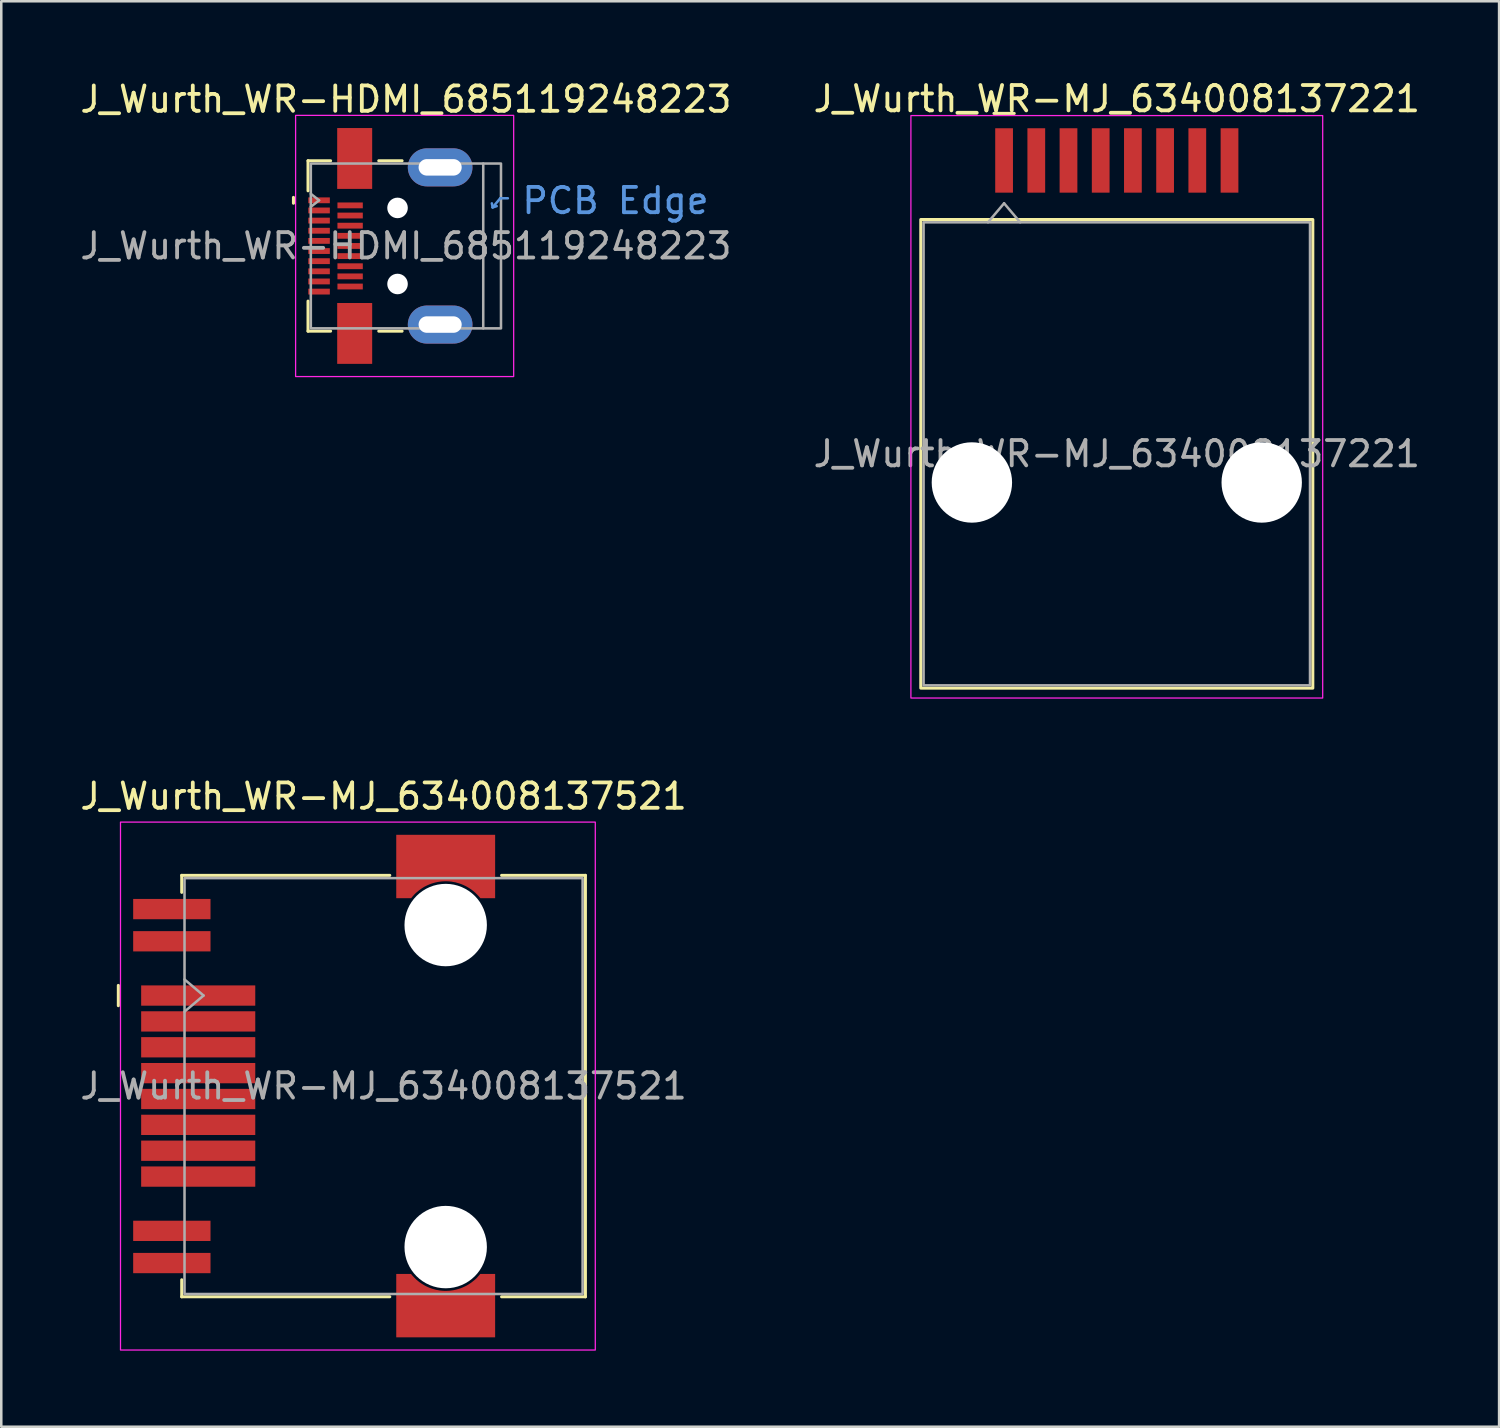
<source format=kicad_pcb>
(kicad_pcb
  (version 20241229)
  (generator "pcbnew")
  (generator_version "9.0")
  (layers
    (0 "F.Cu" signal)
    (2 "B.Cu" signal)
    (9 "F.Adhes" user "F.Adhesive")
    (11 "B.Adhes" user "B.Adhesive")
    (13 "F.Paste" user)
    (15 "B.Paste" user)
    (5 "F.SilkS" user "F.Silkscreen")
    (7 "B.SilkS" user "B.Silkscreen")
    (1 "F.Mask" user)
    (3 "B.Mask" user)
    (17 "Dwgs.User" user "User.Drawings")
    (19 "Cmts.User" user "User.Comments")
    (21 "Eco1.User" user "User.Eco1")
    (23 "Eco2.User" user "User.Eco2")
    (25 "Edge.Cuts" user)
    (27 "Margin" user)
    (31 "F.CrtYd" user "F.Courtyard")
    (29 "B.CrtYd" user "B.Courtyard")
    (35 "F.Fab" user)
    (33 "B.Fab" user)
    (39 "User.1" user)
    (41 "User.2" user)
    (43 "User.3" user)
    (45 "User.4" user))
  (footprint "J_Wurth_WR-MJ_634008137521"
    (layer "F.Cu")
    (at 12.077 39.782)
    (property "Reference" "J_Wurth_WR-MJ_634008137521" (at 0 -11.43 0) (unlocked yes) (layer "F.SilkS") (effects (font (size 1 1) (thickness 0.15))))
    (attr smd)
    (fp_line (start -10.46 -3.97) (end -10.46 -3.17) (stroke (width 0.12) (type solid)) (layer "F.SilkS"))
    (fp_line (start -7.96 -7.64) (end -7.96 -8.31) (stroke (width 0.12) (type solid)) (layer "F.SilkS"))
    (fp_line (start -7.96 7.64) (end -7.96 8.31) (stroke (width 0.12) (type solid)) (layer "F.SilkS"))
    (fp_line (start 0.245 -8.31) (end -7.96 -8.31) (stroke (width 0.12) (type solid)) (layer "F.SilkS"))
    (fp_line (start 0.245 8.31) (end -7.96 8.31) (stroke (width 0.12) (type solid)) (layer "F.SilkS"))
    (fp_line (start 4.655 -8.31) (end 7.96 -8.31) (stroke (width 0.12) (type solid)) (layer "F.SilkS"))
    (fp_line (start 4.655 8.31) (end 7.96 8.31) (stroke (width 0.12) (type solid)) (layer "F.SilkS"))
    (fp_line (start 7.96 8.31) (end 7.96 -8.31) (stroke (width 0.12) (type solid)) (layer "F.SilkS"))
    (fp_rect (start -10.375 -10.41) (end 8.35 10.41) (stroke (width 0.05) (type solid)) (fill no) (layer "F.CrtYd"))
    (fp_line (start -7.1 -3.57) (end -7.85 -4.205) (stroke (width 0.1) (type solid)) (layer "F.Fab"))
    (fp_line (start -7.1 -3.57) (end -7.85 -2.935) (stroke (width 0.1) (type solid)) (layer "F.Fab"))
    (fp_rect (start -7.85 -8.2) (end 7.85 8.2) (stroke (width 0.1) (type solid)) (fill no) (layer "F.Fab"))
    (fp_text user "${REFERENCE}" (at 0 0 0) (unlocked yes) (layer "F.Fab") (effects (font (size 1 1) (thickness 0.15))))
    (pad "" np_thru_hole circle (at 2.45 -6.35 90) (size 3.25 3.25) (drill 3.25) (layers "*.Cu" "*.Mask"))
    (pad "" np_thru_hole circle (at 2.45 6.35 90) (size 3.25 3.25) (drill 3.25) (layers "*.Cu" "*.Mask"))
    (pad "1" smd rect (at -7.31 -3.57 90) (size 0.8 4.5) (layers "F.Cu" "F.Mask" "F.Paste"))
    (pad "2" smd rect (at -7.31 -2.55 90) (size 0.8 4.5) (layers "F.Cu" "F.Mask" "F.Paste"))
    (pad "3" smd rect (at -7.31 -1.53 90) (size 0.8 4.5) (layers "F.Cu" "F.Mask" "F.Paste"))
    (pad "4" smd rect (at -7.31 -0.51 90) (size 0.8 4.5) (layers "F.Cu" "F.Mask" "F.Paste"))
    (pad "5" smd rect (at -7.31 0.51 90) (size 0.8 4.5) (layers "F.Cu" "F.Mask" "F.Paste"))
    (pad "6" smd rect (at -7.31 1.53 90) (size 0.8 4.5) (layers "F.Cu" "F.Mask" "F.Paste"))
    (pad "7" smd rect (at -7.31 2.55 90) (size 0.8 4.5) (layers "F.Cu" "F.Mask" "F.Paste"))
    (pad "8" smd rect (at -7.31 3.57 90) (size 0.8 4.5) (layers "F.Cu" "F.Mask" "F.Paste"))
    (pad "9" smd rect (at -8.35 6.98 90) (size 0.8 3.05) (layers "F.Cu" "F.Mask" "F.Paste"))
    (pad "10" smd rect (at -8.35 5.71 90) (size 0.8 3.05) (layers "F.Cu" "F.Mask" "F.Paste"))
    (pad "11" smd rect (at -8.35 -5.71 90) (size 0.8 3.05) (layers "F.Cu" "F.Mask" "F.Paste"))
    (pad "12" smd rect (at -8.35 -6.98 90) (size 0.8 3.05) (layers "F.Cu" "F.Mask" "F.Paste"))
    (pad "S1" smd custom (at 2.45 9 90) (size 1 3.89) (layers "F.Cu" "F.Mask" "F.Paste") (options (anchor rect)) (primitives (gr_poly (pts (xy 1.585 -1.368) (xy 1.585 -1.945) (xy -0.905 -1.945) (xy -0.905 1.945) (xy 1.585 1.945) (xy 1.585 1.364) (xy 1.54 1.327) (xy 1.473 1.268) (xy 1.417 1.218) (xy 1.353 1.148) (xy 1.29 1.07) (xy 1.247 1.015) (xy 1.204 0.952) (xy 1.16 0.885) (xy 1.126 0.826) (xy 1.094 0.761) (xy 1.064 0.696) (xy 1.036 0.63) (xy 1.011 0.561) (xy 0.989 0.491) (xy 0.966 0.407) (xy 0.945 0.308) (xy 0.934 0.232) (xy 0.924 0.146) (xy 0.92 0.07) (xy 0.917 -0.021) (xy 0.923 -0.131) (xy 0.932 -0.226) (xy 0.946 -0.301) (xy 0.96 -0.384) (xy 0.983 -0.465) (xy 1.002 -0.533) (xy 1.034 -0.623) (xy 1.067 -0.703) (xy 1.111 -0.797) (xy 1.155 -0.873) (xy 1.201 -0.949) (xy 1.255 -1.028) (xy 1.304 -1.09) (xy 1.368 -1.167) (xy 1.444 -1.243) (xy 1.513 -1.309) (xy 1.58 -1.366)) (width 0.01) (fill yes))))
    (pad "S2" smd custom (at 2.45 -9 90) (size 1 3.89) (layers "F.Cu" "F.Mask" "F.Paste") (options (anchor rect)) (primitives (gr_poly (pts (xy -1.585 1.368) (xy -1.585 1.945) (xy 0.905 1.945) (xy 0.905 -1.945) (xy -1.585 -1.945) (xy -1.585 -1.364) (xy -1.54 -1.327) (xy -1.473 -1.268) (xy -1.417 -1.218) (xy -1.353 -1.148) (xy -1.29 -1.07) (xy -1.247 -1.015) (xy -1.204 -0.952) (xy -1.16 -0.885) (xy -1.126 -0.826) (xy -1.094 -0.761) (xy -1.064 -0.696) (xy -1.036 -0.63) (xy -1.011 -0.561) (xy -0.989 -0.491) (xy -0.966 -0.407) (xy -0.945 -0.308) (xy -0.934 -0.232) (xy -0.924 -0.146) (xy -0.92 -0.07) (xy -0.917 0.021) (xy -0.923 0.131) (xy -0.932 0.226) (xy -0.946 0.301) (xy -0.96 0.384) (xy -0.983 0.465) (xy -1.002 0.533) (xy -1.034 0.623) (xy -1.067 0.703) (xy -1.111 0.797) (xy -1.155 0.873) (xy -1.201 0.949) (xy -1.255 1.028) (xy -1.304 1.09) (xy -1.368 1.167) (xy -1.444 1.243) (xy -1.513 1.309) (xy -1.58 1.366)) (width 0.01) (fill yes)))))
  (footprint "J_Wurth_WR-MJ_634008137221"
    (layer "F.Cu")
    (at 40.994 14.848)
    (property "Reference" "J_Wurth_WR-MJ_634008137221" (at 0 -14 0) (unlocked yes) (layer "F.SilkS") (effects (font (size 1 1) (thickness 0.15))))
    (attr smd)
    (fp_line (start -4.045 -13.425) (end -4.845 -13.425) (stroke (width 0.12) (type solid)) (layer "F.SilkS"))
    (fp_rect (start -7.73 -9.24) (end 7.73 9.24) (stroke (width 0.12) (type solid)) (fill no) (layer "F.SilkS"))
    (fp_rect (start -8.12 -13.34) (end 8.12 9.63) (stroke (width 0.05) (type solid)) (fill no) (layer "F.CrtYd"))
    (fp_line (start -4.445 -9.88) (end -5.08 -9.13) (stroke (width 0.1) (type solid)) (layer "F.Fab"))
    (fp_line (start -4.445 -9.88) (end -3.81 -9.13) (stroke (width 0.1) (type solid)) (layer "F.Fab"))
    (fp_rect (start -7.62 -9.13) (end 7.62 9.13) (stroke (width 0.1) (type solid)) (fill no) (layer "F.Fab"))
    (fp_text user "${REFERENCE}" (at 0 0 0) (unlocked yes) (layer "F.Fab") (effects (font (size 1 1) (thickness 0.15))))
    (pad "" np_thru_hole circle (at -5.715 1.13) (size 3.17 3.17) (drill 3.17) (layers "*.Cu" "*.Mask"))
    (pad "" np_thru_hole circle (at 5.715 1.13) (size 3.17 3.17) (drill 3.17) (layers "*.Cu" "*.Mask"))
    (pad "1" smd rect (at -4.445 -11.57 180) (size 0.7 2.54) (layers "F.Cu" "F.Mask" "F.Paste"))
    (pad "2" smd rect (at -3.175 -11.57 180) (size 0.7 2.54) (layers "F.Cu" "F.Mask" "F.Paste"))
    (pad "3" smd rect (at -1.905 -11.57 180) (size 0.7 2.54) (layers "F.Cu" "F.Mask" "F.Paste"))
    (pad "4" smd rect (at -0.635 -11.57 180) (size 0.7 2.54) (layers "F.Cu" "F.Mask" "F.Paste"))
    (pad "5" smd rect (at 0.635 -11.57 180) (size 0.7 2.54) (layers "F.Cu" "F.Mask" "F.Paste"))
    (pad "6" smd rect (at 1.905 -11.57 180) (size 0.7 2.54) (layers "F.Cu" "F.Mask" "F.Paste"))
    (pad "7" smd rect (at 3.175 -11.57 180) (size 0.7 2.54) (layers "F.Cu" "F.Mask" "F.Paste"))
    (pad "8" smd rect (at 4.445 -11.57 180) (size 0.7 2.54) (layers "F.Cu" "F.Mask" "F.Paste")))
  (footprint "J_Wurth_WR-HDMI_685119248223"
    (layer "F.Cu")
    (at 12.958 6.65)
    (property "Reference" "J_Wurth_WR-HDMI_685119248223" (at 0 -5.2 0) (unlocked yes) (layer "F.SilkS") (effects (font (size 1 1) (thickness 0.15)) (justify bottom)))
    (attr smd)
    (fp_line (start -4.435 -1.685) (end -4.435 -1.915) (stroke (width 0.12) (type solid)) (layer "F.SilkS"))
    (fp_line (start -3.86 -2.175) (end -3.86 -3.36) (stroke (width 0.12) (type solid)) (layer "F.SilkS"))
    (fp_line (start -3.86 2.175) (end -3.86 3.36) (stroke (width 0.12) (type solid)) (layer "F.SilkS"))
    (fp_line (start -2.97 -3.36) (end -3.86 -3.36) (stroke (width 0.12) (type solid)) (layer "F.SilkS"))
    (fp_line (start -2.97 3.36) (end -3.86 3.36) (stroke (width 0.12) (type solid)) (layer "F.SilkS"))
    (fp_line (start -1.07 3.36) (end -0.151 3.36) (stroke (width 0.12) (type solid)) (layer "F.SilkS"))
    (fp_line (start -0.151 -3.36) (end -1.07 -3.36) (stroke (width 0.12) (type solid)) (layer "F.SilkS"))
    (fp_line (start 3.42 -1.53) (end 3.39 -1.68) (stroke (width 0.1) (type solid)) (layer "Cmts.User"))
    (fp_line (start 3.42 -1.52) (end 3.58 -1.57) (stroke (width 0.1) (type solid)) (layer "Cmts.User"))
    (fp_line (start 3.72 -1.88) (end 3.42 -1.52) (stroke (width 0.1) (type solid)) (layer "Cmts.User"))
    (fp_line (start 4.02 -1.88) (end 3.72 -1.88) (stroke (width 0.1) (type solid)) (layer "Cmts.User"))
    (fp_rect (start -4.35 -5.15) (end 4.25 5.15) (stroke (width 0.05) (type solid)) (fill no) (layer "F.CrtYd"))
    (fp_line (start -3.75 -1.544) (end -3.425 -1.8) (stroke (width 0.1) (type default)) (layer "F.Fab"))
    (fp_line (start -3.425 -1.8) (end -3.75 -2.056) (stroke (width 0.1) (type default)) (layer "F.Fab"))
    (fp_line (start 3.05 3.25) (end 3.05 -3.25) (stroke (width 0.1) (type solid)) (layer "F.Fab"))
    (fp_rect (start -3.75 -3.25) (end 3.75 3.25) (stroke (width 0.1) (type solid)) (fill no) (layer "F.Fab"))
    (fp_text user "PCB Edge" (at 4.5 -1.2 0) (unlocked yes) (layer "Cmts.User") (effects (font (size 1 1) (thickness 0.15)) (justify left bottom)))
    (fp_text user "${REFERENCE}" (at 0 0 0) (unlocked yes) (layer "F.Fab") (effects (font (size 1 1) (thickness 0.15))))
    (pad "" np_thru_hole circle (at -0.33 -1.5 90) (size 0.81 0.81) (drill 0.81) (layers "*.Cu" "*.Mask"))
    (pad "" np_thru_hole circle (at -0.33 1.5 90) (size 0.81 0.81) (drill 0.81) (layers "*.Cu" "*.Mask"))
    (pad "1" smd rect (at -3.425 -1.8 180) (size 0.85 0.23) (layers "F.Cu" "F.Mask" "F.Paste"))
    (pad "2" smd rect (at -2.2 -1.6 180) (size 1 0.23) (layers "F.Cu" "F.Mask" "F.Paste"))
    (pad "3" smd rect (at -3.425 -1.4 180) (size 0.85 0.23) (layers "F.Cu" "F.Mask" "F.Paste"))
    (pad "4" smd rect (at -2.2 -1.2 180) (size 1 0.23) (layers "F.Cu" "F.Mask" "F.Paste"))
    (pad "5" smd rect (at -3.425 -1 180) (size 0.85 0.23) (layers "F.Cu" "F.Mask" "F.Paste"))
    (pad "6" smd rect (at -2.2 -0.8 180) (size 1 0.23) (layers "F.Cu" "F.Mask" "F.Paste"))
    (pad "7" smd rect (at -3.425 -0.6 180) (size 0.85 0.23) (layers "F.Cu" "F.Mask" "F.Paste"))
    (pad "8" smd rect (at -2.2 -0.4 180) (size 1 0.23) (layers "F.Cu" "F.Mask" "F.Paste"))
    (pad "9" smd rect (at -3.425 -0.2 180) (size 0.85 0.23) (layers "F.Cu" "F.Mask" "F.Paste"))
    (pad "10" smd rect (at -2.2 0 180) (size 1 0.23) (layers "F.Cu" "F.Mask" "F.Paste"))
    (pad "11" smd rect (at -3.425 0.2 180) (size 0.85 0.23) (layers "F.Cu" "F.Mask" "F.Paste"))
    (pad "12" smd rect (at -2.2 0.4 180) (size 1 0.23) (layers "F.Cu" "F.Mask" "F.Paste"))
    (pad "13" smd rect (at -3.425 0.6 180) (size 0.85 0.23) (layers "F.Cu" "F.Mask" "F.Paste"))
    (pad "14" smd rect (at -2.2 0.8 180) (size 1 0.23) (layers "F.Cu" "F.Mask" "F.Paste"))
    (pad "15" smd rect (at -3.425 1 180) (size 0.85 0.23) (layers "F.Cu" "F.Mask" "F.Paste"))
    (pad "16" smd rect (at -2.2 1.2 180) (size 1 0.23) (layers "F.Cu" "F.Mask" "F.Paste"))
    (pad "17" smd rect (at -3.425 1.4 180) (size 0.85 0.23) (layers "F.Cu" "F.Mask" "F.Paste"))
    (pad "18" smd rect (at -2.2 1.6 180) (size 1 0.23) (layers "F.Cu" "F.Mask" "F.Paste"))
    (pad "19" smd rect (at -3.425 1.8 180) (size 0.85 0.23) (layers "F.Cu" "F.Mask" "F.Paste"))
    (pad "S1" smd rect (at -2.02 -3.45 180) (size 1.38 2.4) (layers "F.Cu" "F.Mask" "F.Paste"))
    (pad "S2" smd rect (at -2.02 3.45 180) (size 1.38 2.4) (layers "F.Cu" "F.Mask" "F.Paste"))
    (pad "S3" thru_hole oval (at 1.35 3.1 180) (size 2.55 1.5) (drill oval 1.7 0.65) (layers "*.Cu" "*.Mask"))
    (pad "S4" thru_hole oval (at 1.35 -3.1 180) (size 2.55 1.5) (drill oval 1.7 0.65) (layers "*.Cu" "*.Mask")))
  (gr_rect
    (start -3 -3)
    (end 56.071 53.217)
    (stroke (width 0.1) (type default))
    (fill no)
    (layer "Edge.Cuts")))
</source>
